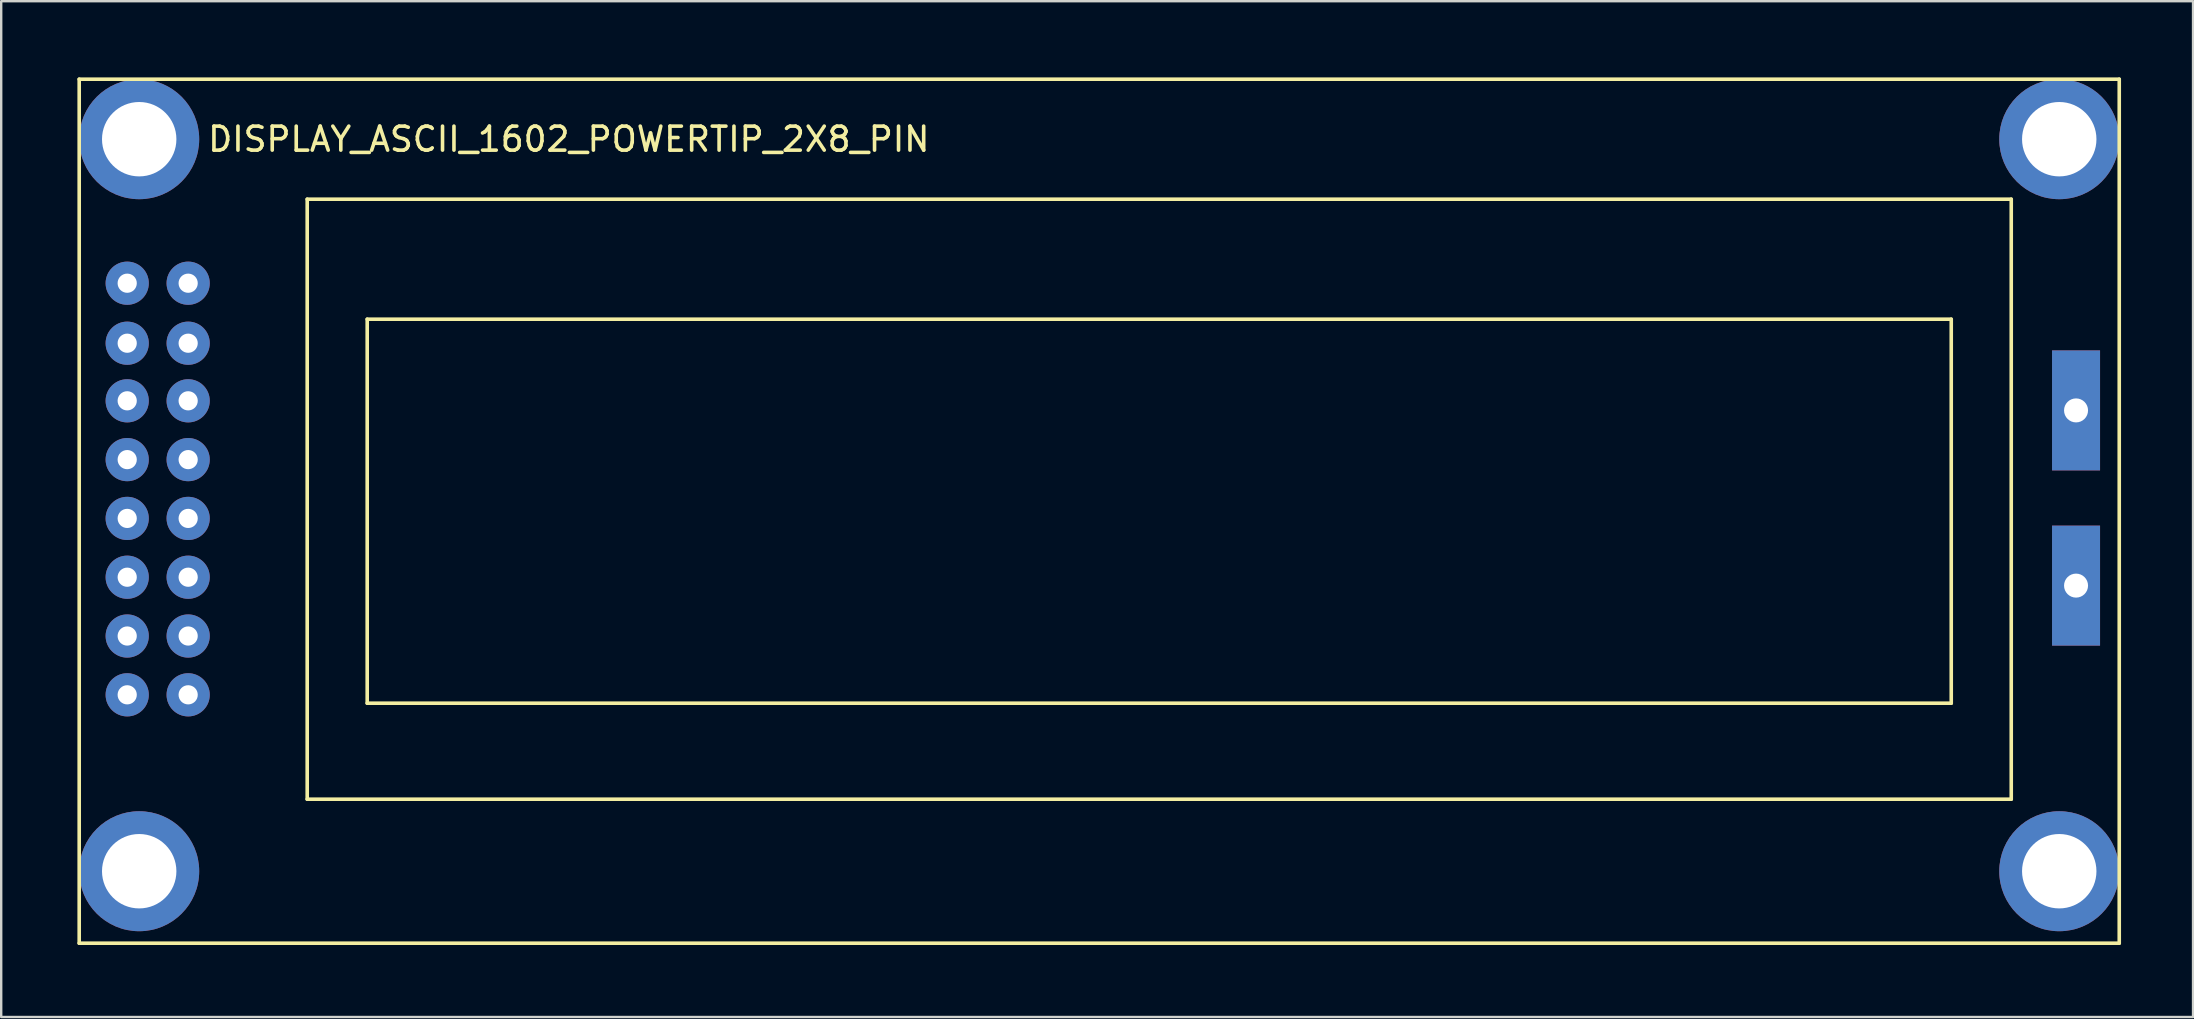
<source format=kicad_pcb>
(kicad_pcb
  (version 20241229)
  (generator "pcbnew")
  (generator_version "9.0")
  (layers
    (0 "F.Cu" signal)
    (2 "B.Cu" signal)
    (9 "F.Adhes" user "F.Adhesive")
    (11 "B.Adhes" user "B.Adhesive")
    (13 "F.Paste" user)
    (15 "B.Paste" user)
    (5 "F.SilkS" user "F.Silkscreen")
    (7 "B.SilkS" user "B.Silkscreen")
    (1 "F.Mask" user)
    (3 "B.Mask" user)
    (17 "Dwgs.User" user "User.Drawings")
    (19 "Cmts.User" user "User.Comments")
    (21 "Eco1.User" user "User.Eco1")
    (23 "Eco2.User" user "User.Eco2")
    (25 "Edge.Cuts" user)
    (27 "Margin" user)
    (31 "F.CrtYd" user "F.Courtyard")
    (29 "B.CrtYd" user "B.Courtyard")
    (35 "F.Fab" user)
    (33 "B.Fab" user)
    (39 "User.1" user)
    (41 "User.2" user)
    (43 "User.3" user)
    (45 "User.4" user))
  (footprint "DISPLAY_ASCII_1602_POWERTIP_2X8_PIN"
    (layer "F.Cu")
    (at 0.25 0.25)
    (property "Reference" "DISPLAY_ASCII_1602_POWERTIP_2X8_PIN" (at 20.4 2.5 0) (layer "F.SilkS") (effects (font (size 1 1) (thickness 0.15))))
    (attr through_hole)
    (fp_line (start 0 0) (end 85 0) (stroke (width 0.15) (type solid)) (layer "F.SilkS"))
    (fp_line (start 0 36) (end 0 0) (stroke (width 0.15) (type solid)) (layer "F.SilkS"))
    (fp_line (start 9.5 5) (end 9.5 30) (stroke (width 0.15) (type solid)) (layer "F.SilkS"))
    (fp_line (start 9.5 5) (end 80.5 5) (stroke (width 0.15) (type solid)) (layer "F.SilkS"))
    (fp_line (start 12 10) (end 12 26) (stroke (width 0.15) (type solid)) (layer "F.SilkS"))
    (fp_line (start 12 26) (end 78 26) (stroke (width 0.15) (type solid)) (layer "F.SilkS"))
    (fp_line (start 78 10) (end 12 10) (stroke (width 0.15) (type solid)) (layer "F.SilkS"))
    (fp_line (start 78 26) (end 78 10) (stroke (width 0.15) (type solid)) (layer "F.SilkS"))
    (fp_line (start 80.5 5) (end 80.5 30) (stroke (width 0.15) (type solid)) (layer "F.SilkS"))
    (fp_line (start 80.5 30) (end 9.5 30) (stroke (width 0.15) (type solid)) (layer "F.SilkS"))
    (fp_line (start 85 0) (end 85 36) (stroke (width 0.15) (type solid)) (layer "F.SilkS"))
    (fp_line (start 85 36) (end 0 36) (stroke (width 0.15) (type solid)) (layer "F.SilkS"))
    (pad "" thru_hole circle (at 2.5 2.5) (size 5 5) (drill 3.1) (layers "*.Cu" "*.Mask"))
    (pad "" thru_hole circle (at 2.5 33) (size 5 5) (drill 3.1) (layers "*.Cu" "*.Mask"))
    (pad "" thru_hole circle (at 82.5 2.5) (size 5 5) (drill 3.1) (layers "*.Cu" "*.Mask"))
    (pad "" thru_hole circle (at 82.5 33) (size 5 5) (drill 3.1) (layers "*.Cu" "*.Mask"))
    (pad "" np_thru_hole rect (at 83.2 13.8) (size 2 5) (drill oval 1) (layers "*.Cu" "*.Mask"))
    (pad "" np_thru_hole rect (at 83.2 21.1) (size 2 5) (drill oval 1) (layers "*.Cu" "*.Mask"))
    (pad "1" thru_hole circle (at 4.54 25.65) (size 1.8 1.8) (drill 0.8) (layers "*.Cu" "*.Mask"))
    (pad "2" thru_hole circle (at 2 25.65) (size 1.8 1.8) (drill 0.8) (layers "*.Cu" "*.Mask"))
    (pad "3" thru_hole circle (at 4.54 23.2) (size 1.8 1.8) (drill 0.8) (layers "*.Cu" "*.Mask"))
    (pad "4" thru_hole circle (at 2 23.2) (size 1.8 1.8) (drill 0.8) (layers "*.Cu" "*.Mask"))
    (pad "5" thru_hole circle (at 4.54 20.75) (size 1.8 1.8) (drill 0.8) (layers "*.Cu" "*.Mask"))
    (pad "6" thru_hole circle (at 2 20.75) (size 1.8 1.8) (drill 0.8) (layers "*.Cu" "*.Mask"))
    (pad "7" thru_hole circle (at 4.54 18.3) (size 1.8 1.8) (drill 0.8) (layers "*.Cu" "*.Mask"))
    (pad "8" thru_hole circle (at 2 18.3) (size 1.8 1.8) (drill 0.8) (layers "*.Cu" "*.Mask"))
    (pad "9" thru_hole circle (at 4.54 15.85) (size 1.8 1.8) (drill 0.8) (layers "*.Cu" "*.Mask"))
    (pad "10" thru_hole circle (at 2 15.85) (size 1.8 1.8) (drill 0.8) (layers "*.Cu" "*.Mask"))
    (pad "11" thru_hole circle (at 4.54 13.4) (size 1.8 1.8) (drill 0.8) (layers "*.Cu" "*.Mask"))
    (pad "12" thru_hole circle (at 2 13.4) (size 1.8 1.8) (drill 0.8) (layers "*.Cu" "*.Mask"))
    (pad "13" thru_hole circle (at 4.54 11) (size 1.8 1.8) (drill 0.8) (layers "*.Cu" "*.Mask"))
    (pad "14" thru_hole circle (at 2 11) (size 1.8 1.8) (drill 0.8) (layers "*.Cu" "*.Mask"))
    (pad "15" thru_hole circle (at 4.54 8.5) (size 1.8 1.8) (drill 0.8) (layers "*.Cu" "*.Mask"))
    (pad "16" thru_hole circle (at 2 8.5) (size 1.8 1.8) (drill 0.8) (layers "*.Cu" "*.Mask")))
  (gr_rect
    (start -3 -3)
    (end 88.325 39.325)
    (stroke (width 0.1) (type default))
    (fill no)
    (layer "Edge.Cuts")))
</source>
